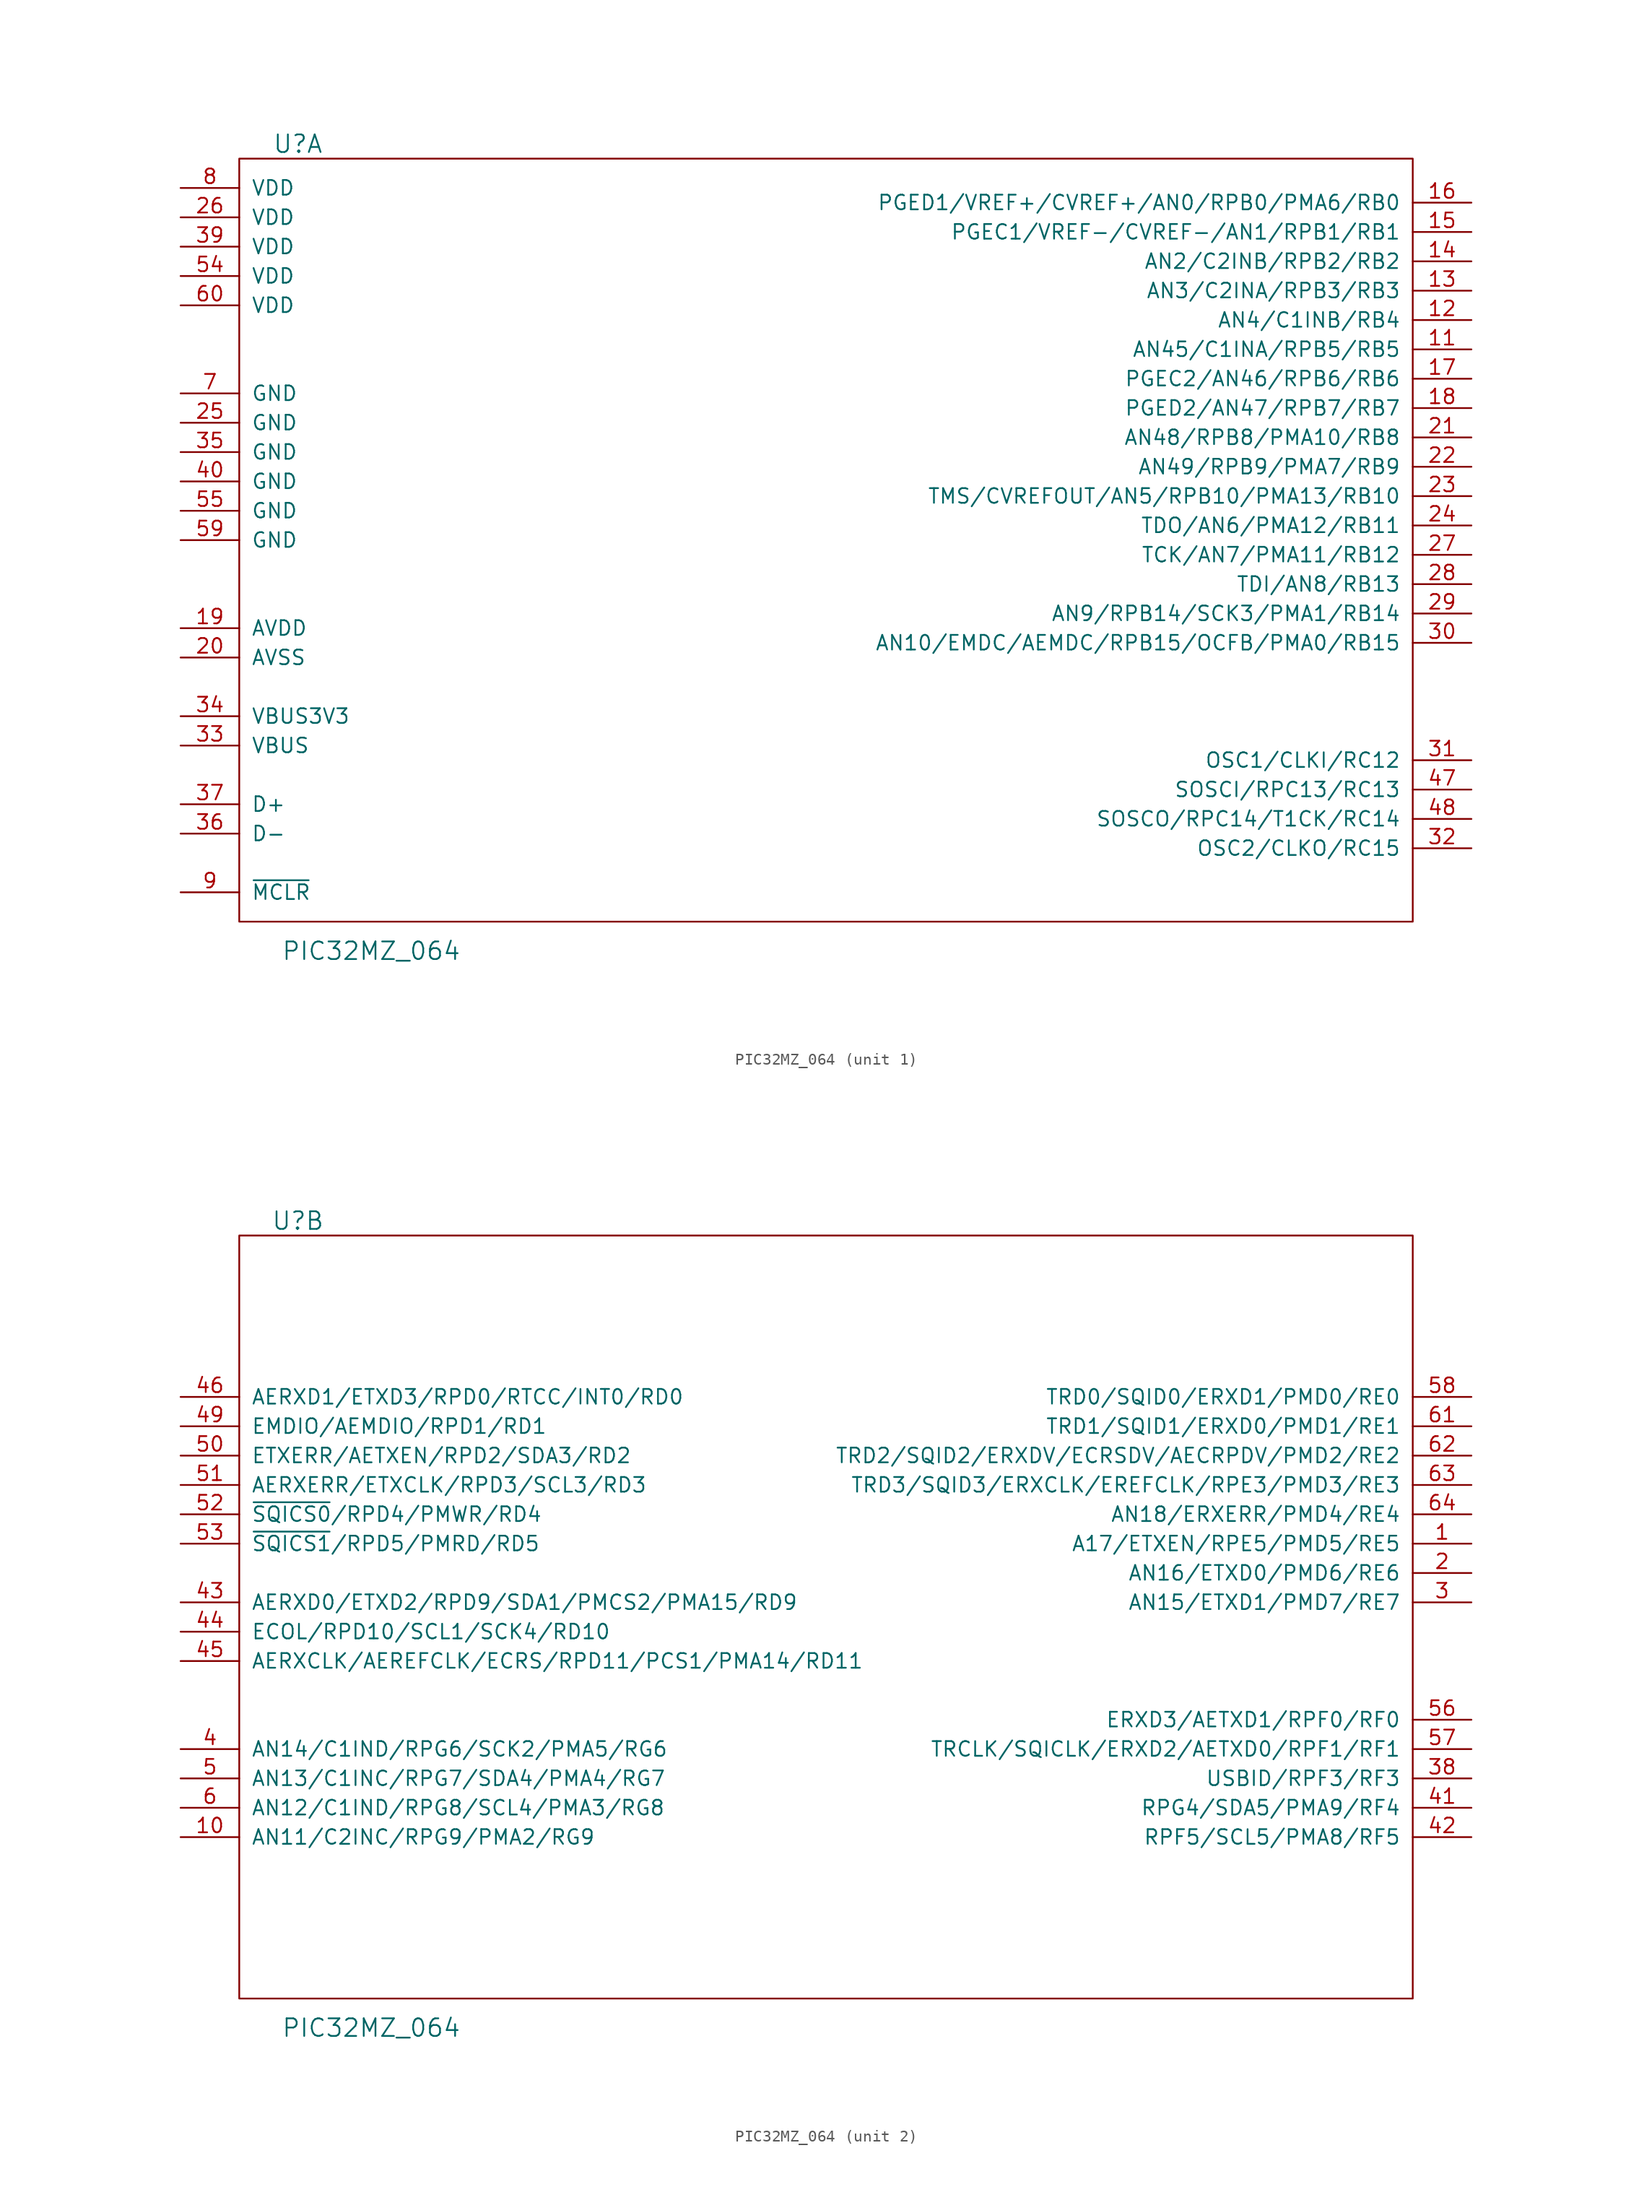
<source format=kicad_sym>
(kicad_symbol_lib
  (version 20211014)
  (generator kicad_symbol_editor)
  (symbol "PIC32MZ_064"
    (pin_names
      (offset 1.016))
    (property "Reference" "U"
      (at -45.72 33.02 0)
      (effects (font (size 1.524 1.524))))
    (property "Value" "PIC32MZ_064"
      (at -39.37 -36.83 0)
      (effects (font (size 1.524 1.524))))
    (property "Footprint" ""
      (at -44.45 31.75 0)
      (effects (font (size 1.524 1.524))))
    (property "Datasheet" ""
      (at -44.45 31.75 0)
      (effects (font (size 1.524 1.524))))
    (property "ki_locked" ""
      (at 0 0 0)
      (effects (font (size 1.27 1.27))))
    (symbol "PIC32MZ_064_0_1"
      (rectangle (start -50.8 31.75) (end 50.8 -34.29) (stroke (width 0) (type default) (color 0 0 0 0)) (fill (type none))))
    (symbol "PIC32MZ_064_1_1"
      (pin bidirectional line (at 55.88 15.24 180) (length 5.08) (name "AN45/C1INA/RPB5/RB5" (effects (font (size 1.27 1.27)))) (number "11" (effects (font (size 1.27 1.27)))))
      (pin bidirectional line (at 55.88 17.78 180) (length 5.08) (name "AN4/C1INB/RB4" (effects (font (size 1.27 1.27)))) (number "12" (effects (font (size 1.27 1.27)))))
      (pin bidirectional line (at 55.88 20.32 180) (length 5.08) (name "AN3/C2INA/RPB3/RB3" (effects (font (size 1.27 1.27)))) (number "13" (effects (font (size 1.27 1.27)))))
      (pin bidirectional line (at 55.88 22.86 180) (length 5.08) (name "AN2/C2INB/RPB2/RB2" (effects (font (size 1.27 1.27)))) (number "14" (effects (font (size 1.27 1.27)))))
      (pin bidirectional line (at 55.88 25.4 180) (length 5.08) (name "PGEC1/VREF-/CVREF-/AN1/RPB1/RB1" (effects (font (size 1.27 1.27)))) (number "15" (effects (font (size 1.27 1.27)))))
      (pin bidirectional line (at 55.88 27.94 180) (length 5.08) (name "PGED1/VREF+/CVREF+/AN0/RPB0/PMA6/RB0" (effects (font (size 1.27 1.27)))) (number "16" (effects (font (size 1.27 1.27)))))
      (pin bidirectional line (at 55.88 12.7 180) (length 5.08) (name "PGEC2/AN46/RPB6/RB6" (effects (font (size 1.27 1.27)))) (number "17" (effects (font (size 1.27 1.27)))))
      (pin bidirectional line (at 55.88 10.16 180) (length 5.08) (name "PGED2/AN47/RPB7/RB7" (effects (font (size 1.27 1.27)))) (number "18" (effects (font (size 1.27 1.27)))))
      (pin power_in line (at -55.88 -8.89 0) (length 5.08) (name "AVDD" (effects (font (size 1.27 1.27)))) (number "19" (effects (font (size 1.27 1.27)))))
      (pin passive line (at -55.88 -11.43 0) (length 5.08) (name "AVSS" (effects (font (size 1.27 1.27)))) (number "20" (effects (font (size 1.27 1.27)))))
      (pin bidirectional line (at 55.88 7.62 180) (length 5.08) (name "AN48/RPB8/PMA10/RB8" (effects (font (size 1.27 1.27)))) (number "21" (effects (font (size 1.27 1.27)))))
      (pin bidirectional line (at 55.88 5.08 180) (length 5.08) (name "AN49/RPB9/PMA7/RB9" (effects (font (size 1.27 1.27)))) (number "22" (effects (font (size 1.27 1.27)))))
      (pin bidirectional line (at 55.88 2.54 180) (length 5.08) (name "TMS/CVREFOUT/AN5/RPB10/PMA13/RB10" (effects (font (size 1.27 1.27)))) (number "23" (effects (font (size 1.27 1.27)))))
      (pin bidirectional line (at 55.88 0 180) (length 5.08) (name "TDO/AN6/PMA12/RB11" (effects (font (size 1.27 1.27)))) (number "24" (effects (font (size 1.27 1.27)))))
      (pin passive line (at -55.88 8.89 0) (length 5.08) (name "GND" (effects (font (size 1.27 1.27)))) (number "25" (effects (font (size 1.27 1.27)))))
      (pin power_in line (at -55.88 26.67 0) (length 5.08) (name "VDD" (effects (font (size 1.27 1.27)))) (number "26" (effects (font (size 1.27 1.27)))))
      (pin bidirectional line (at 55.88 -2.54 180) (length 5.08) (name "TCK/AN7/PMA11/RB12" (effects (font (size 1.27 1.27)))) (number "27" (effects (font (size 1.27 1.27)))))
      (pin bidirectional line (at 55.88 -5.08 180) (length 5.08) (name "TDI/AN8/RB13" (effects (font (size 1.27 1.27)))) (number "28" (effects (font (size 1.27 1.27)))))
      (pin bidirectional line (at 55.88 -7.62 180) (length 5.08) (name "AN9/RPB14/SCK3/PMA1/RB14" (effects (font (size 1.27 1.27)))) (number "29" (effects (font (size 1.27 1.27)))))
      (pin bidirectional line (at 55.88 -10.16 180) (length 5.08) (name "AN10/EMDC/AEMDC/RPB15/OCFB/PMA0/RB15" (effects (font (size 1.27 1.27)))) (number "30" (effects (font (size 1.27 1.27)))))
      (pin bidirectional line (at 55.88 -20.32 180) (length 5.08) (name "OSC1/CLKI/RC12" (effects (font (size 1.27 1.27)))) (number "31" (effects (font (size 1.27 1.27)))))
      (pin bidirectional line (at 55.88 -27.94 180) (length 5.08) (name "OSC2/CLKO/RC15" (effects (font (size 1.27 1.27)))) (number "32" (effects (font (size 1.27 1.27)))))
      (pin passive line (at -55.88 -19.05 0) (length 5.08) (name "VBUS" (effects (font (size 1.27 1.27)))) (number "33" (effects (font (size 1.27 1.27)))))
      (pin passive line (at -55.88 -16.51 0) (length 5.08) (name "VBUS3V3" (effects (font (size 1.27 1.27)))) (number "34" (effects (font (size 1.27 1.27)))))
      (pin passive line (at -55.88 6.35 0) (length 5.08) (name "GND" (effects (font (size 1.27 1.27)))) (number "35" (effects (font (size 1.27 1.27)))))
      (pin passive line (at -55.88 -26.67 0) (length 5.08) (name "D-" (effects (font (size 1.27 1.27)))) (number "36" (effects (font (size 1.27 1.27)))))
      (pin passive line (at -55.88 -24.13 0) (length 5.08) (name "D+" (effects (font (size 1.27 1.27)))) (number "37" (effects (font (size 1.27 1.27)))))
      (pin power_in line (at -55.88 24.13 0) (length 5.08) (name "VDD" (effects (font (size 1.27 1.27)))) (number "39" (effects (font (size 1.27 1.27)))))
      (pin passive line (at -55.88 3.81 0) (length 5.08) (name "GND" (effects (font (size 1.27 1.27)))) (number "40" (effects (font (size 1.27 1.27)))))
      (pin bidirectional line (at 55.88 -22.86 180) (length 5.08) (name "SOSCI/RPC13/RC13" (effects (font (size 1.27 1.27)))) (number "47" (effects (font (size 1.27 1.27)))))
      (pin bidirectional line (at 55.88 -25.4 180) (length 5.08) (name "SOSCO/RPC14/T1CK/RC14" (effects (font (size 1.27 1.27)))) (number "48" (effects (font (size 1.27 1.27)))))
      (pin power_in line (at -55.88 21.59 0) (length 5.08) (name "VDD" (effects (font (size 1.27 1.27)))) (number "54" (effects (font (size 1.27 1.27)))))
      (pin passive line (at -55.88 1.27 0) (length 5.08) (name "GND" (effects (font (size 1.27 1.27)))) (number "55" (effects (font (size 1.27 1.27)))))
      (pin passive line (at -55.88 -1.27 0) (length 5.08) (name "GND" (effects (font (size 1.27 1.27)))) (number "59" (effects (font (size 1.27 1.27)))))
      (pin power_in line (at -55.88 19.05 0) (length 5.08) (name "VDD" (effects (font (size 1.27 1.27)))) (number "60" (effects (font (size 1.27 1.27)))))
      (pin passive line (at -55.88 11.43 0) (length 5.08) (name "GND" (effects (font (size 1.27 1.27)))) (number "7" (effects (font (size 1.27 1.27)))))
      (pin power_in line (at -55.88 29.21 0) (length 5.08) (name "VDD" (effects (font (size 1.27 1.27)))) (number "8" (effects (font (size 1.27 1.27)))))
      (pin passive line (at -55.88 -31.75 0) (length 5.08) (name "~{MCLR}" (effects (font (size 1.27 1.27)))) (number "9" (effects (font (size 1.27 1.27))))))
    (symbol "PIC32MZ_064_2_1"
      (pin bidirectional line (at 55.88 5.08 180) (length 5.08) (name "A17/ETXEN/RPE5/PMD5/RE5" (effects (font (size 1.27 1.27)))) (number "1" (effects (font (size 1.27 1.27)))))
      (pin bidirectional line (at -55.88 -20.32 0) (length 5.08) (name "AN11/C2INC/RPG9/PMA2/RG9" (effects (font (size 1.27 1.27)))) (number "10" (effects (font (size 1.27 1.27)))))
      (pin bidirectional line (at 55.88 2.54 180) (length 5.08) (name "AN16/ETXD0/PMD6/RE6" (effects (font (size 1.27 1.27)))) (number "2" (effects (font (size 1.27 1.27)))))
      (pin bidirectional line (at 55.88 0 180) (length 5.08) (name "AN15/ETXD1/PMD7/RE7" (effects (font (size 1.27 1.27)))) (number "3" (effects (font (size 1.27 1.27)))))
      (pin bidirectional line (at 55.88 -15.24 180) (length 5.08) (name "USBID/RPF3/RF3" (effects (font (size 1.27 1.27)))) (number "38" (effects (font (size 1.27 1.27)))))
      (pin bidirectional line (at -55.88 -12.7 0) (length 5.08) (name "AN14/C1IND/RPG6/SCK2/PMA5/RG6" (effects (font (size 1.27 1.27)))) (number "4" (effects (font (size 1.27 1.27)))))
      (pin bidirectional line (at 55.88 -17.78 180) (length 5.08) (name "RPG4/SDA5/PMA9/RF4" (effects (font (size 1.27 1.27)))) (number "41" (effects (font (size 1.27 1.27)))))
      (pin bidirectional line (at 55.88 -20.32 180) (length 5.08) (name "RPF5/SCL5/PMA8/RF5" (effects (font (size 1.27 1.27)))) (number "42" (effects (font (size 1.27 1.27)))))
      (pin bidirectional line (at -55.88 0 0) (length 5.08) (name "AERXD0/ETXD2/RPD9/SDA1/PMCS2/PMA15/RD9" (effects (font (size 1.27 1.27)))) (number "43" (effects (font (size 1.27 1.27)))))
      (pin bidirectional line (at -55.88 -2.54 0) (length 5.08) (name "ECOL/RPD10/SCL1/SCK4/RD10" (effects (font (size 1.27 1.27)))) (number "44" (effects (font (size 1.27 1.27)))))
      (pin bidirectional line (at -55.88 -5.08 0) (length 5.08) (name "AERXCLK/AEREFCLK/ECRS/RPD11/PCS1/PMA14/RD11" (effects (font (size 1.27 1.27)))) (number "45" (effects (font (size 1.27 1.27)))))
      (pin bidirectional line (at -55.88 17.78 0) (length 5.08) (name "AERXD1/ETXD3/RPD0/RTCC/INT0/RD0" (effects (font (size 1.27 1.27)))) (number "46" (effects (font (size 1.27 1.27)))))
      (pin bidirectional line (at -55.88 15.24 0) (length 5.08) (name "EMDIO/AEMDIO/RPD1/RD1" (effects (font (size 1.27 1.27)))) (number "49" (effects (font (size 1.27 1.27)))))
      (pin bidirectional line (at -55.88 -15.24 0) (length 5.08) (name "AN13/C1INC/RPG7/SDA4/PMA4/RG7" (effects (font (size 1.27 1.27)))) (number "5" (effects (font (size 1.27 1.27)))))
      (pin bidirectional line (at -55.88 12.7 0) (length 5.08) (name "ETXERR/AETXEN/RPD2/SDA3/RD2" (effects (font (size 1.27 1.27)))) (number "50" (effects (font (size 1.27 1.27)))))
      (pin bidirectional line (at -55.88 10.16 0) (length 5.08) (name "AERXERR/ETXCLK/RPD3/SCL3/RD3" (effects (font (size 1.27 1.27)))) (number "51" (effects (font (size 1.27 1.27)))))
      (pin bidirectional line (at -55.88 7.62 0) (length 5.08) (name "~{SQICS0}/RPD4/PMWR/RD4" (effects (font (size 1.27 1.27)))) (number "52" (effects (font (size 1.27 1.27)))))
      (pin bidirectional line (at -55.88 5.08 0) (length 5.08) (name "~{SQICS1}/RPD5/PMRD/RD5" (effects (font (size 1.27 1.27)))) (number "53" (effects (font (size 1.27 1.27)))))
      (pin bidirectional line (at 55.88 -10.16 180) (length 5.08) (name "ERXD3/AETXD1/RPF0/RF0" (effects (font (size 1.27 1.27)))) (number "56" (effects (font (size 1.27 1.27)))))
      (pin bidirectional line (at 55.88 -12.7 180) (length 5.08) (name "TRCLK/SQICLK/ERXD2/AETXD0/RPF1/RF1" (effects (font (size 1.27 1.27)))) (number "57" (effects (font (size 1.27 1.27)))))
      (pin bidirectional line (at 55.88 17.78 180) (length 5.08) (name "TRD0/SQID0/ERXD1/PMD0/RE0" (effects (font (size 1.27 1.27)))) (number "58" (effects (font (size 1.27 1.27)))))
      (pin bidirectional line (at -55.88 -17.78 0) (length 5.08) (name "AN12/C1IND/RPG8/SCL4/PMA3/RG8" (effects (font (size 1.27 1.27)))) (number "6" (effects (font (size 1.27 1.27)))))
      (pin bidirectional line (at 55.88 15.24 180) (length 5.08) (name "TRD1/SQID1/ERXD0/PMD1/RE1" (effects (font (size 1.27 1.27)))) (number "61" (effects (font (size 1.27 1.27)))))
      (pin bidirectional line (at 55.88 12.7 180) (length 5.08) (name "TRD2/SQID2/ERXDV/ECRSDV/AECRPDV/PMD2/RE2" (effects (font (size 1.27 1.27)))) (number "62" (effects (font (size 1.27 1.27)))))
      (pin bidirectional line (at 55.88 10.16 180) (length 5.08) (name "TRD3/SQID3/ERXCLK/EREFCLK/RPE3/PMD3/RE3" (effects (font (size 1.27 1.27)))) (number "63" (effects (font (size 1.27 1.27)))))
      (pin bidirectional line (at 55.88 7.62 180) (length 5.08) (name "AN18/ERXERR/PMD4/RE4" (effects (font (size 1.27 1.27)))) (number "64" (effects (font (size 1.27 1.27))))))))
</source>
